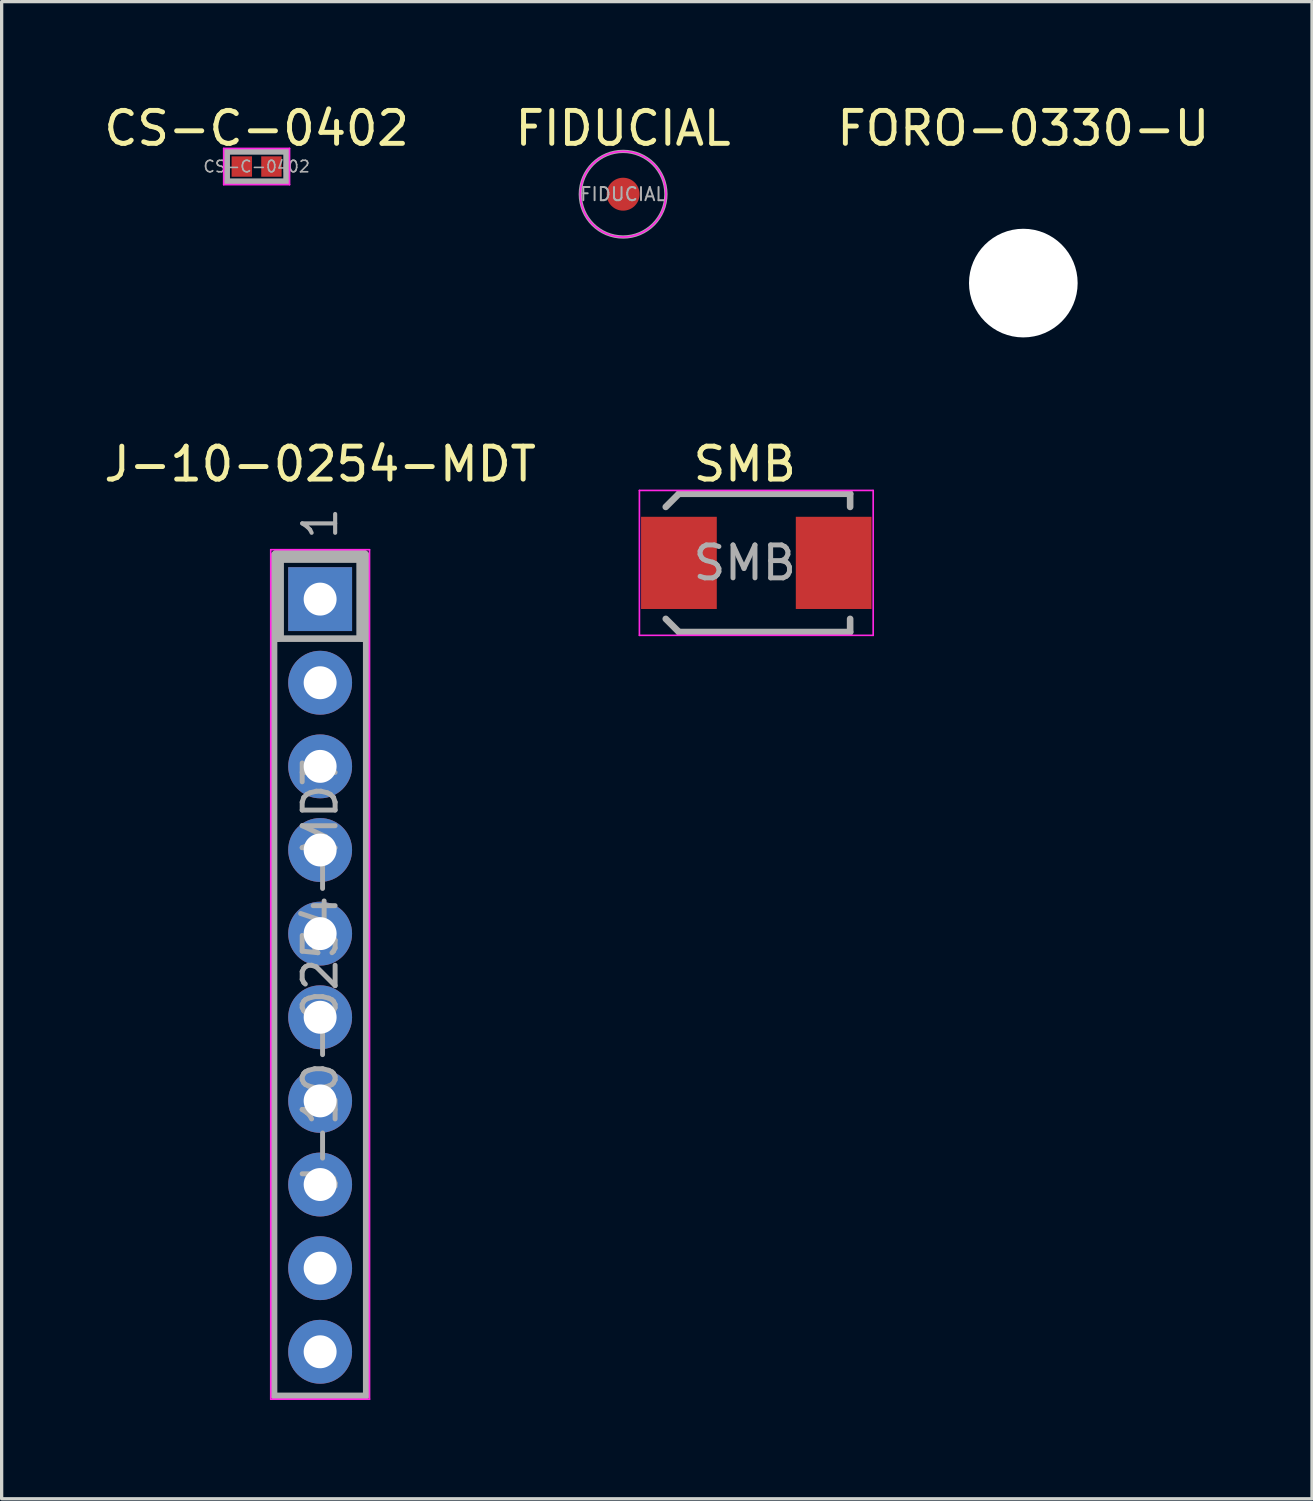
<source format=kicad_pcb>
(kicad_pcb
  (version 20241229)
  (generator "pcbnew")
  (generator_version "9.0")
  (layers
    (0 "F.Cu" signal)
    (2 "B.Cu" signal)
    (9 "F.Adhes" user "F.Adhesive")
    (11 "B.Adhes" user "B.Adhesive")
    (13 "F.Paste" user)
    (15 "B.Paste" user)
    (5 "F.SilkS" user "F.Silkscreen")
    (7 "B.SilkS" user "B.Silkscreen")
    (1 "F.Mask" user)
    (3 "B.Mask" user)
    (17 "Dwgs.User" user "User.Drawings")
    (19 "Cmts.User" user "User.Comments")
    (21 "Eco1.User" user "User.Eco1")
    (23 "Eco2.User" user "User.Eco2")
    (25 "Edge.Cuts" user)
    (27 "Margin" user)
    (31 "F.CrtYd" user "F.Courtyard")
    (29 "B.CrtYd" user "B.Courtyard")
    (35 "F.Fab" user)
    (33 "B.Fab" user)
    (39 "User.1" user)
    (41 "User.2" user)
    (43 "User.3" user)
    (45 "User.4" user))
  (footprint "SMB"
    (layer "F.Cu")
    (at 17.57 14.046)
    (property "Reference" "SMB" (at 2 -3 0) (layer "F.SilkS") (effects (font (size 1 1) (thickness 0.15))))
    (attr smd)
    (fp_line (start -1.2 -2.2) (end 5.9 -2.2) (stroke (width 0.05) (type solid)) (layer "F.CrtYd"))
    (fp_line (start -1.2 2.2) (end -1.2 -2.2) (stroke (width 0.05) (type solid)) (layer "F.CrtYd"))
    (fp_line (start 5.9 -2.2) (end 5.9 2.2) (stroke (width 0.05) (type solid)) (layer "F.CrtYd"))
    (fp_line (start 5.9 2.2) (end -1.2 2.2) (stroke (width 0.05) (type solid)) (layer "F.CrtYd"))
    (fp_line (start 0 -2.1) (end -0.4 -1.7) (stroke (width 0.2) (type solid)) (layer "F.Fab"))
    (fp_line (start 0 2.1) (end -0.4 1.7) (stroke (width 0.2) (type solid)) (layer "F.Fab"))
    (fp_line (start 5.2 -2.1) (end 0 -2.1) (stroke (width 0.2) (type solid)) (layer "F.Fab"))
    (fp_line (start 5.2 -2.1) (end 5.2 -1.7) (stroke (width 0.2) (type solid)) (layer "F.Fab"))
    (fp_line (start 5.2 2.1) (end 0 2.1) (stroke (width 0.2) (type solid)) (layer "F.Fab"))
    (fp_line (start 5.2 2.1) (end 5.2 1.7) (stroke (width 0.2) (type solid)) (layer "F.Fab"))
    (fp_text user "${REFERENCE}" (at 2 0 0) (layer "F.Fab") (effects (font (size 1 1) (thickness 0.15))))
    (pad "1" smd rect (at 0 0) (size 2.3 2.8) (layers "F.Cu" "F.Mask" "F.Paste"))
    (pad "2" smd rect (at 4.7 0) (size 2.3 2.8) (layers "F.Cu" "F.Mask" "F.Paste")))
  (footprint "FORO-0330-U"
    (layer "F.Cu")
    (at 28.03 5.548)
    (property "Reference" "FORO-0330-U" (at 0 -4.7 0) (layer "F.SilkS") (effects (font (size 1 1) (thickness 0.15))))
    (attr exclude_from_pos_files exclude_from_bom)
    (pad "" np_thru_hole circle (at 0 0) (size 3.3 3.3) (drill 3.3) (layers "*.Cu" "*.Mask")))
  (footprint "J-10-0254-MDT"
    (layer "F.Cu")
    (at 6.673 15.146)
    (property "Reference" "J-10-0254-MDT" (at 0 -4.1 0) (layer "F.SilkS") (effects (font (size 1 1) (thickness 0.15))))
    (attr through_hole)
    (fp_line (start -1.5 -1.5) (end -1.5 24.3) (stroke (width 0.05) (type solid)) (layer "F.CrtYd"))
    (fp_line (start -1.5 24.3) (end 1.5 24.3) (stroke (width 0.05) (type solid)) (layer "F.CrtYd"))
    (fp_line (start 1.5 -1.5) (end -1.5 -1.5) (stroke (width 0.05) (type solid)) (layer "F.CrtYd"))
    (fp_line (start 1.5 24.3) (end 1.5 -1.5) (stroke (width 0.05) (type solid)) (layer "F.CrtYd"))
    (fp_line (start -1.4 1.2) (end 1.4 1.2) (stroke (width 0.2) (type solid)) (layer "F.Fab"))
    (fp_line (start -1.4 24.2) (end -1.4 1.2) (stroke (width 0.2) (type solid)) (layer "F.Fab"))
    (fp_line (start -1.4 24.2) (end 1.4 24.2) (stroke (width 0.2) (type solid)) (layer "F.Fab"))
    (fp_line (start -1.3 -1.3) (end -1.3 1.1) (stroke (width 0.4) (type solid)) (layer "F.Fab"))
    (fp_line (start -1.3 -1.3) (end 1.3 -1.3) (stroke (width 0.4) (type solid)) (layer "F.Fab"))
    (fp_line (start 1.3 -1.3) (end 1.3 1.1) (stroke (width 0.4) (type solid)) (layer "F.Fab"))
    (fp_line (start 1.4 24.2) (end 1.4 1.2) (stroke (width 0.2) (type solid)) (layer "F.Fab"))
    (fp_text user "1" (at 0 -2.3 90) (layer "F.Fab") (effects (font (size 1 1) (thickness 0.125))))
    (fp_text user "${REFERENCE}" (at 0 11.43 90) (layer "F.Fab") (effects (font (size 1 1) (thickness 0.15))))
    (pad "1" thru_hole rect (at 0 0) (size 1.94 1.94) (drill 1) (layers "*.Cu" "*.Mask"))
    (pad "2" thru_hole oval (at 0 2.54) (size 1.94 1.94) (drill 1) (layers "*.Cu" "*.Mask"))
    (pad "3" thru_hole oval (at 0 5.08) (size 1.94 1.94) (drill 1) (layers "*.Cu" "*.Mask"))
    (pad "4" thru_hole oval (at 0 7.62) (size 1.94 1.94) (drill 1) (layers "*.Cu" "*.Mask"))
    (pad "5" thru_hole oval (at 0 10.16) (size 1.94 1.94) (drill 1) (layers "*.Cu" "*.Mask"))
    (pad "6" thru_hole oval (at 0 12.7) (size 1.94 1.94) (drill 1) (layers "*.Cu" "*.Mask"))
    (pad "7" thru_hole oval (at 0 15.24) (size 1.94 1.94) (drill 1) (layers "*.Cu" "*.Mask"))
    (pad "8" thru_hole oval (at 0 17.78) (size 1.94 1.94) (drill 1) (layers "*.Cu" "*.Mask"))
    (pad "9" thru_hole oval (at 0 20.32) (size 1.94 1.94) (drill 1) (layers "*.Cu" "*.Mask"))
    (pad "10" thru_hole oval (at 0 22.86) (size 1.94 1.94) (drill 1) (layers "*.Cu" "*.Mask")))
  (footprint "FIDUCIAL"
    (layer "F.Cu")
    (at 15.875 2.848)
    (property "Reference" "FIDUCIAL" (at 0 -2 0) (layer "F.SilkS") (effects (font (size 1 1) (thickness 0.15))))
    (attr smd)
    (fp_circle (center 0 0) (end 1.3 0) (stroke (width 0.01) (type solid)) (fill yes) (layer "F.Mask"))
    (fp_circle (center 0 0) (end 1.3 0) (stroke (width 0.05) (type solid)) (fill no) (layer "F.CrtYd"))
    (fp_circle (center 0 0) (end 1.3 0) (stroke (width 0.1) (type solid)) (fill no) (layer "F.Fab"))
    (fp_text user "${REFERENCE}" (at 0 0 0) (layer "F.Fab") (effects (font (size 0.4 0.4) (thickness 0.06))))
    (pad "" smd circle (at 0 0) (size 1 1) (layers "F.Cu" "F.Mask")))
  (footprint "CS-C-0402"
    (layer "F.Cu")
    (at 4.744 2.008)
    (property "Reference" "CS-C-0402" (at 0 -1.16 0) (layer "F.SilkS") (effects (font (size 1 1) (thickness 0.15))))
    (attr smd)
    (fp_line (start -1 -0.55) (end 1 -0.55) (stroke (width 0.05) (type solid)) (layer "F.CrtYd"))
    (fp_line (start -1 0.55) (end -1 -0.55) (stroke (width 0.05) (type solid)) (layer "F.CrtYd"))
    (fp_line (start 1 -0.55) (end 1 0.55) (stroke (width 0.05) (type solid)) (layer "F.CrtYd"))
    (fp_line (start 1 0.55) (end -1 0.55) (stroke (width 0.05) (type solid)) (layer "F.CrtYd"))
    (fp_line (start -0.91 0.46) (end -0.91 -0.46) (stroke (width 0.2) (type solid)) (layer "F.Fab"))
    (fp_line (start -0.9 -0.46) (end 0.9 -0.46) (stroke (width 0.2) (type solid)) (layer "F.Fab"))
    (fp_line (start 0.9 0.46) (end -0.9 0.46) (stroke (width 0.2) (type solid)) (layer "F.Fab"))
    (fp_line (start 0.91 -0.46) (end 0.91 0.46) (stroke (width 0.2) (type solid)) (layer "F.Fab"))
    (fp_text user "${REFERENCE}" (at 0 0 0) (layer "F.Fab") (effects (font (size 0.35 0.35) (thickness 0.05))))
    (pad "1" smd rect (at -0.45 0) (size 0.62 0.62) (layers "F.Cu" "F.Mask" "F.Paste"))
    (pad "2" smd rect (at 0.45 0) (size 0.62 0.62) (layers "F.Cu" "F.Mask" "F.Paste"))
    (zone (net_name "") (layer "F.Cu") (hatch edge 0.5) (connect_pads) (min_thickness 0.25) (filled_areas_thickness no) (keepout (tracks allowed) (vias allowed) (pads allowed) (copperpour not_allowed) (footprints allowed)) (placement (enabled no)) (fill) (polygon (pts (xy 3.854 1.578) (xy 5.634 1.578) (xy 5.634 2.438) (xy 3.854 2.438)))))
  (gr_rect
    (start -3 -3)
    (end 36.798 42.471)
    (stroke (width 0.1) (type default))
    (fill no)
    (layer "Edge.Cuts")))
</source>
